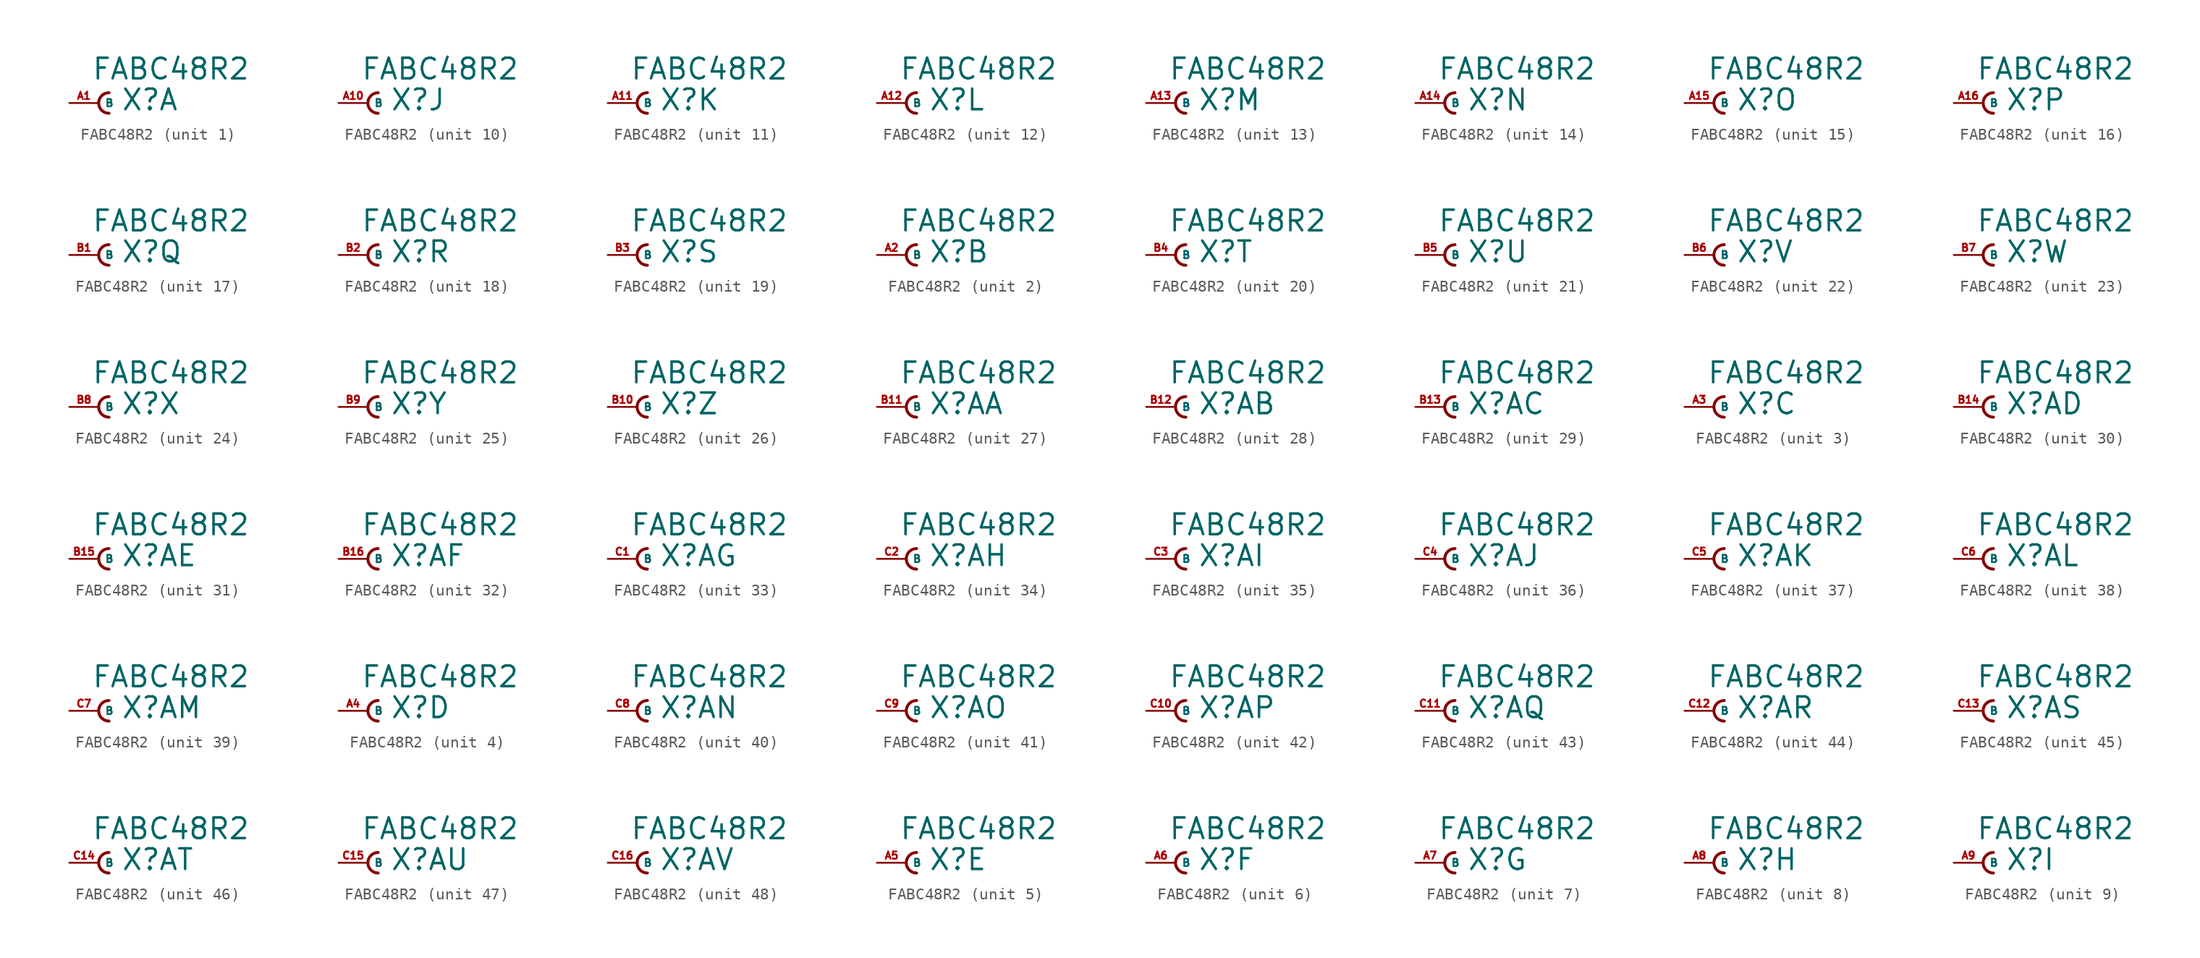
<source format=kicad_sym>
(kicad_symbol_lib
  (version 20220914)
  (generator Eagle2Kicad)
  (symbol "FABC48R2"
    (property "Reference" "X"
      (at 1.905 -0.762 0)
      (effects (font (size 1.778 1.778) (thickness 0.22)) (justify left bottom)))
    (property "Value" "FABC48R2"
      (at -0.635 1.905 0)
      (effects (font (size 1.778 1.778) (thickness 0.22)) (justify left bottom)))
    (symbol "FABC48R2_1_0"
      (arc (start 0.889 0.889) (mid 0.000 0.000) (end 0.889 -0.889) (stroke (width 0.254) (type default)) (fill (type none)))
      (pin passive line (at -2.54 0 0) (length 2.54) (name "B" (effects (font (size 0.635 0.635) (thickness 0.08)) (justify left bottom))) (number "A1" (effects (font (size 0.635 0.635) (thickness 0.08)) (justify left bottom)))))
    (symbol "FABC48R2_2_0"
      (arc (start 0.889 0.889) (mid 0.000 0.000) (end 0.889 -0.889) (stroke (width 0.254) (type default)) (fill (type none)))
      (pin passive line (at -2.54 0 0) (length 2.54) (name "B" (effects (font (size 0.635 0.635) (thickness 0.08)) (justify left bottom))) (number "A2" (effects (font (size 0.635 0.635) (thickness 0.08)) (justify left bottom)))))
    (symbol "FABC48R2_3_0"
      (arc (start 0.889 0.889) (mid 0.000 0.000) (end 0.889 -0.889) (stroke (width 0.254) (type default)) (fill (type none)))
      (pin passive line (at -2.54 0 0) (length 2.54) (name "B" (effects (font (size 0.635 0.635) (thickness 0.08)) (justify left bottom))) (number "A3" (effects (font (size 0.635 0.635) (thickness 0.08)) (justify left bottom)))))
    (symbol "FABC48R2_4_0"
      (arc (start 0.889 0.889) (mid 0.000 0.000) (end 0.889 -0.889) (stroke (width 0.254) (type default)) (fill (type none)))
      (pin passive line (at -2.54 0 0) (length 2.54) (name "B" (effects (font (size 0.635 0.635) (thickness 0.08)) (justify left bottom))) (number "A4" (effects (font (size 0.635 0.635) (thickness 0.08)) (justify left bottom)))))
    (symbol "FABC48R2_5_0"
      (arc (start 0.889 0.889) (mid 0.000 0.000) (end 0.889 -0.889) (stroke (width 0.254) (type default)) (fill (type none)))
      (pin passive line (at -2.54 0 0) (length 2.54) (name "B" (effects (font (size 0.635 0.635) (thickness 0.08)) (justify left bottom))) (number "A5" (effects (font (size 0.635 0.635) (thickness 0.08)) (justify left bottom)))))
    (symbol "FABC48R2_6_0"
      (arc (start 0.889 0.889) (mid 0.000 0.000) (end 0.889 -0.889) (stroke (width 0.254) (type default)) (fill (type none)))
      (pin passive line (at -2.54 0 0) (length 2.54) (name "B" (effects (font (size 0.635 0.635) (thickness 0.08)) (justify left bottom))) (number "A6" (effects (font (size 0.635 0.635) (thickness 0.08)) (justify left bottom)))))
    (symbol "FABC48R2_7_0"
      (arc (start 0.889 0.889) (mid 0.000 0.000) (end 0.889 -0.889) (stroke (width 0.254) (type default)) (fill (type none)))
      (pin passive line (at -2.54 0 0) (length 2.54) (name "B" (effects (font (size 0.635 0.635) (thickness 0.08)) (justify left bottom))) (number "A7" (effects (font (size 0.635 0.635) (thickness 0.08)) (justify left bottom)))))
    (symbol "FABC48R2_8_0"
      (arc (start 0.889 0.889) (mid 0.000 0.000) (end 0.889 -0.889) (stroke (width 0.254) (type default)) (fill (type none)))
      (pin passive line (at -2.54 0 0) (length 2.54) (name "B" (effects (font (size 0.635 0.635) (thickness 0.08)) (justify left bottom))) (number "A8" (effects (font (size 0.635 0.635) (thickness 0.08)) (justify left bottom)))))
    (symbol "FABC48R2_9_0"
      (arc (start 0.889 0.889) (mid 0.000 0.000) (end 0.889 -0.889) (stroke (width 0.254) (type default)) (fill (type none)))
      (pin passive line (at -2.54 0 0) (length 2.54) (name "B" (effects (font (size 0.635 0.635) (thickness 0.08)) (justify left bottom))) (number "A9" (effects (font (size 0.635 0.635) (thickness 0.08)) (justify left bottom)))))
    (symbol "FABC48R2_10_0"
      (arc (start 0.889 0.889) (mid 0.000 0.000) (end 0.889 -0.889) (stroke (width 0.254) (type default)) (fill (type none)))
      (pin passive line (at -2.54 0 0) (length 2.54) (name "B" (effects (font (size 0.635 0.635) (thickness 0.08)) (justify left bottom))) (number "A10" (effects (font (size 0.635 0.635) (thickness 0.08)) (justify left bottom)))))
    (symbol "FABC48R2_11_0"
      (arc (start 0.889 0.889) (mid 0.000 0.000) (end 0.889 -0.889) (stroke (width 0.254) (type default)) (fill (type none)))
      (pin passive line (at -2.54 0 0) (length 2.54) (name "B" (effects (font (size 0.635 0.635) (thickness 0.08)) (justify left bottom))) (number "A11" (effects (font (size 0.635 0.635) (thickness 0.08)) (justify left bottom)))))
    (symbol "FABC48R2_12_0"
      (arc (start 0.889 0.889) (mid 0.000 0.000) (end 0.889 -0.889) (stroke (width 0.254) (type default)) (fill (type none)))
      (pin passive line (at -2.54 0 0) (length 2.54) (name "B" (effects (font (size 0.635 0.635) (thickness 0.08)) (justify left bottom))) (number "A12" (effects (font (size 0.635 0.635) (thickness 0.08)) (justify left bottom)))))
    (symbol "FABC48R2_13_0"
      (arc (start 0.889 0.889) (mid 0.000 0.000) (end 0.889 -0.889) (stroke (width 0.254) (type default)) (fill (type none)))
      (pin passive line (at -2.54 0 0) (length 2.54) (name "B" (effects (font (size 0.635 0.635) (thickness 0.08)) (justify left bottom))) (number "A13" (effects (font (size 0.635 0.635) (thickness 0.08)) (justify left bottom)))))
    (symbol "FABC48R2_14_0"
      (arc (start 0.889 0.889) (mid 0.000 0.000) (end 0.889 -0.889) (stroke (width 0.254) (type default)) (fill (type none)))
      (pin passive line (at -2.54 0 0) (length 2.54) (name "B" (effects (font (size 0.635 0.635) (thickness 0.08)) (justify left bottom))) (number "A14" (effects (font (size 0.635 0.635) (thickness 0.08)) (justify left bottom)))))
    (symbol "FABC48R2_15_0"
      (arc (start 0.889 0.889) (mid 0.000 0.000) (end 0.889 -0.889) (stroke (width 0.254) (type default)) (fill (type none)))
      (pin passive line (at -2.54 0 0) (length 2.54) (name "B" (effects (font (size 0.635 0.635) (thickness 0.08)) (justify left bottom))) (number "A15" (effects (font (size 0.635 0.635) (thickness 0.08)) (justify left bottom)))))
    (symbol "FABC48R2_16_0"
      (arc (start 0.889 0.889) (mid 0.000 0.000) (end 0.889 -0.889) (stroke (width 0.254) (type default)) (fill (type none)))
      (pin passive line (at -2.54 0 0) (length 2.54) (name "B" (effects (font (size 0.635 0.635) (thickness 0.08)) (justify left bottom))) (number "A16" (effects (font (size 0.635 0.635) (thickness 0.08)) (justify left bottom)))))
    (symbol "FABC48R2_17_0"
      (arc (start 0.889 0.889) (mid 0.000 0.000) (end 0.889 -0.889) (stroke (width 0.254) (type default)) (fill (type none)))
      (pin passive line (at -2.54 0 0) (length 2.54) (name "B" (effects (font (size 0.635 0.635) (thickness 0.08)) (justify left bottom))) (number "B1" (effects (font (size 0.635 0.635) (thickness 0.08)) (justify left bottom)))))
    (symbol "FABC48R2_18_0"
      (arc (start 0.889 0.889) (mid 0.000 0.000) (end 0.889 -0.889) (stroke (width 0.254) (type default)) (fill (type none)))
      (pin passive line (at -2.54 0 0) (length 2.54) (name "B" (effects (font (size 0.635 0.635) (thickness 0.08)) (justify left bottom))) (number "B2" (effects (font (size 0.635 0.635) (thickness 0.08)) (justify left bottom)))))
    (symbol "FABC48R2_19_0"
      (arc (start 0.889 0.889) (mid 0.000 0.000) (end 0.889 -0.889) (stroke (width 0.254) (type default)) (fill (type none)))
      (pin passive line (at -2.54 0 0) (length 2.54) (name "B" (effects (font (size 0.635 0.635) (thickness 0.08)) (justify left bottom))) (number "B3" (effects (font (size 0.635 0.635) (thickness 0.08)) (justify left bottom)))))
    (symbol "FABC48R2_20_0"
      (arc (start 0.889 0.889) (mid 0.000 0.000) (end 0.889 -0.889) (stroke (width 0.254) (type default)) (fill (type none)))
      (pin passive line (at -2.54 0 0) (length 2.54) (name "B" (effects (font (size 0.635 0.635) (thickness 0.08)) (justify left bottom))) (number "B4" (effects (font (size 0.635 0.635) (thickness 0.08)) (justify left bottom)))))
    (symbol "FABC48R2_21_0"
      (arc (start 0.889 0.889) (mid 0.000 0.000) (end 0.889 -0.889) (stroke (width 0.254) (type default)) (fill (type none)))
      (pin passive line (at -2.54 0 0) (length 2.54) (name "B" (effects (font (size 0.635 0.635) (thickness 0.08)) (justify left bottom))) (number "B5" (effects (font (size 0.635 0.635) (thickness 0.08)) (justify left bottom)))))
    (symbol "FABC48R2_22_0"
      (arc (start 0.889 0.889) (mid 0.000 0.000) (end 0.889 -0.889) (stroke (width 0.254) (type default)) (fill (type none)))
      (pin passive line (at -2.54 0 0) (length 2.54) (name "B" (effects (font (size 0.635 0.635) (thickness 0.08)) (justify left bottom))) (number "B6" (effects (font (size 0.635 0.635) (thickness 0.08)) (justify left bottom)))))
    (symbol "FABC48R2_23_0"
      (arc (start 0.889 0.889) (mid 0.000 0.000) (end 0.889 -0.889) (stroke (width 0.254) (type default)) (fill (type none)))
      (pin passive line (at -2.54 0 0) (length 2.54) (name "B" (effects (font (size 0.635 0.635) (thickness 0.08)) (justify left bottom))) (number "B7" (effects (font (size 0.635 0.635) (thickness 0.08)) (justify left bottom)))))
    (symbol "FABC48R2_24_0"
      (arc (start 0.889 0.889) (mid 0.000 0.000) (end 0.889 -0.889) (stroke (width 0.254) (type default)) (fill (type none)))
      (pin passive line (at -2.54 0 0) (length 2.54) (name "B" (effects (font (size 0.635 0.635) (thickness 0.08)) (justify left bottom))) (number "B8" (effects (font (size 0.635 0.635) (thickness 0.08)) (justify left bottom)))))
    (symbol "FABC48R2_25_0"
      (arc (start 0.889 0.889) (mid 0.000 0.000) (end 0.889 -0.889) (stroke (width 0.254) (type default)) (fill (type none)))
      (pin passive line (at -2.54 0 0) (length 2.54) (name "B" (effects (font (size 0.635 0.635) (thickness 0.08)) (justify left bottom))) (number "B9" (effects (font (size 0.635 0.635) (thickness 0.08)) (justify left bottom)))))
    (symbol "FABC48R2_26_0"
      (arc (start 0.889 0.889) (mid 0.000 0.000) (end 0.889 -0.889) (stroke (width 0.254) (type default)) (fill (type none)))
      (pin passive line (at -2.54 0 0) (length 2.54) (name "B" (effects (font (size 0.635 0.635) (thickness 0.08)) (justify left bottom))) (number "B10" (effects (font (size 0.635 0.635) (thickness 0.08)) (justify left bottom)))))
    (symbol "FABC48R2_27_0"
      (arc (start 0.889 0.889) (mid 0.000 0.000) (end 0.889 -0.889) (stroke (width 0.254) (type default)) (fill (type none)))
      (pin passive line (at -2.54 0 0) (length 2.54) (name "B" (effects (font (size 0.635 0.635) (thickness 0.08)) (justify left bottom))) (number "B11" (effects (font (size 0.635 0.635) (thickness 0.08)) (justify left bottom)))))
    (symbol "FABC48R2_28_0"
      (arc (start 0.889 0.889) (mid 0.000 0.000) (end 0.889 -0.889) (stroke (width 0.254) (type default)) (fill (type none)))
      (pin passive line (at -2.54 0 0) (length 2.54) (name "B" (effects (font (size 0.635 0.635) (thickness 0.08)) (justify left bottom))) (number "B12" (effects (font (size 0.635 0.635) (thickness 0.08)) (justify left bottom)))))
    (symbol "FABC48R2_29_0"
      (arc (start 0.889 0.889) (mid 0.000 0.000) (end 0.889 -0.889) (stroke (width 0.254) (type default)) (fill (type none)))
      (pin passive line (at -2.54 0 0) (length 2.54) (name "B" (effects (font (size 0.635 0.635) (thickness 0.08)) (justify left bottom))) (number "B13" (effects (font (size 0.635 0.635) (thickness 0.08)) (justify left bottom)))))
    (symbol "FABC48R2_30_0"
      (arc (start 0.889 0.889) (mid 0.000 0.000) (end 0.889 -0.889) (stroke (width 0.254) (type default)) (fill (type none)))
      (pin passive line (at -2.54 0 0) (length 2.54) (name "B" (effects (font (size 0.635 0.635) (thickness 0.08)) (justify left bottom))) (number "B14" (effects (font (size 0.635 0.635) (thickness 0.08)) (justify left bottom)))))
    (symbol "FABC48R2_31_0"
      (arc (start 0.889 0.889) (mid 0.000 0.000) (end 0.889 -0.889) (stroke (width 0.254) (type default)) (fill (type none)))
      (pin passive line (at -2.54 0 0) (length 2.54) (name "B" (effects (font (size 0.635 0.635) (thickness 0.08)) (justify left bottom))) (number "B15" (effects (font (size 0.635 0.635) (thickness 0.08)) (justify left bottom)))))
    (symbol "FABC48R2_32_0"
      (arc (start 0.889 0.889) (mid 0.000 0.000) (end 0.889 -0.889) (stroke (width 0.254) (type default)) (fill (type none)))
      (pin passive line (at -2.54 0 0) (length 2.54) (name "B" (effects (font (size 0.635 0.635) (thickness 0.08)) (justify left bottom))) (number "B16" (effects (font (size 0.635 0.635) (thickness 0.08)) (justify left bottom)))))
    (symbol "FABC48R2_33_0"
      (arc (start 0.889 0.889) (mid 0.000 0.000) (end 0.889 -0.889) (stroke (width 0.254) (type default)) (fill (type none)))
      (pin passive line (at -2.54 0 0) (length 2.54) (name "B" (effects (font (size 0.635 0.635) (thickness 0.08)) (justify left bottom))) (number "C1" (effects (font (size 0.635 0.635) (thickness 0.08)) (justify left bottom)))))
    (symbol "FABC48R2_34_0"
      (arc (start 0.889 0.889) (mid 0.000 0.000) (end 0.889 -0.889) (stroke (width 0.254) (type default)) (fill (type none)))
      (pin passive line (at -2.54 0 0) (length 2.54) (name "B" (effects (font (size 0.635 0.635) (thickness 0.08)) (justify left bottom))) (number "C2" (effects (font (size 0.635 0.635) (thickness 0.08)) (justify left bottom)))))
    (symbol "FABC48R2_35_0"
      (arc (start 0.889 0.889) (mid 0.000 0.000) (end 0.889 -0.889) (stroke (width 0.254) (type default)) (fill (type none)))
      (pin passive line (at -2.54 0 0) (length 2.54) (name "B" (effects (font (size 0.635 0.635) (thickness 0.08)) (justify left bottom))) (number "C3" (effects (font (size 0.635 0.635) (thickness 0.08)) (justify left bottom)))))
    (symbol "FABC48R2_36_0"
      (arc (start 0.889 0.889) (mid 0.000 0.000) (end 0.889 -0.889) (stroke (width 0.254) (type default)) (fill (type none)))
      (pin passive line (at -2.54 0 0) (length 2.54) (name "B" (effects (font (size 0.635 0.635) (thickness 0.08)) (justify left bottom))) (number "C4" (effects (font (size 0.635 0.635) (thickness 0.08)) (justify left bottom)))))
    (symbol "FABC48R2_37_0"
      (arc (start 0.889 0.889) (mid 0.000 0.000) (end 0.889 -0.889) (stroke (width 0.254) (type default)) (fill (type none)))
      (pin passive line (at -2.54 0 0) (length 2.54) (name "B" (effects (font (size 0.635 0.635) (thickness 0.08)) (justify left bottom))) (number "C5" (effects (font (size 0.635 0.635) (thickness 0.08)) (justify left bottom)))))
    (symbol "FABC48R2_38_0"
      (arc (start 0.889 0.889) (mid 0.000 0.000) (end 0.889 -0.889) (stroke (width 0.254) (type default)) (fill (type none)))
      (pin passive line (at -2.54 0 0) (length 2.54) (name "B" (effects (font (size 0.635 0.635) (thickness 0.08)) (justify left bottom))) (number "C6" (effects (font (size 0.635 0.635) (thickness 0.08)) (justify left bottom)))))
    (symbol "FABC48R2_39_0"
      (arc (start 0.889 0.889) (mid 0.000 0.000) (end 0.889 -0.889) (stroke (width 0.254) (type default)) (fill (type none)))
      (pin passive line (at -2.54 0 0) (length 2.54) (name "B" (effects (font (size 0.635 0.635) (thickness 0.08)) (justify left bottom))) (number "C7" (effects (font (size 0.635 0.635) (thickness 0.08)) (justify left bottom)))))
    (symbol "FABC48R2_40_0"
      (arc (start 0.889 0.889) (mid 0.000 0.000) (end 0.889 -0.889) (stroke (width 0.254) (type default)) (fill (type none)))
      (pin passive line (at -2.54 0 0) (length 2.54) (name "B" (effects (font (size 0.635 0.635) (thickness 0.08)) (justify left bottom))) (number "C8" (effects (font (size 0.635 0.635) (thickness 0.08)) (justify left bottom)))))
    (symbol "FABC48R2_41_0"
      (arc (start 0.889 0.889) (mid 0.000 0.000) (end 0.889 -0.889) (stroke (width 0.254) (type default)) (fill (type none)))
      (pin passive line (at -2.54 0 0) (length 2.54) (name "B" (effects (font (size 0.635 0.635) (thickness 0.08)) (justify left bottom))) (number "C9" (effects (font (size 0.635 0.635) (thickness 0.08)) (justify left bottom)))))
    (symbol "FABC48R2_42_0"
      (arc (start 0.889 0.889) (mid 0.000 0.000) (end 0.889 -0.889) (stroke (width 0.254) (type default)) (fill (type none)))
      (pin passive line (at -2.54 0 0) (length 2.54) (name "B" (effects (font (size 0.635 0.635) (thickness 0.08)) (justify left bottom))) (number "C10" (effects (font (size 0.635 0.635) (thickness 0.08)) (justify left bottom)))))
    (symbol "FABC48R2_43_0"
      (arc (start 0.889 0.889) (mid 0.000 0.000) (end 0.889 -0.889) (stroke (width 0.254) (type default)) (fill (type none)))
      (pin passive line (at -2.54 0 0) (length 2.54) (name "B" (effects (font (size 0.635 0.635) (thickness 0.08)) (justify left bottom))) (number "C11" (effects (font (size 0.635 0.635) (thickness 0.08)) (justify left bottom)))))
    (symbol "FABC48R2_44_0"
      (arc (start 0.889 0.889) (mid 0.000 0.000) (end 0.889 -0.889) (stroke (width 0.254) (type default)) (fill (type none)))
      (pin passive line (at -2.54 0 0) (length 2.54) (name "B" (effects (font (size 0.635 0.635) (thickness 0.08)) (justify left bottom))) (number "C12" (effects (font (size 0.635 0.635) (thickness 0.08)) (justify left bottom)))))
    (symbol "FABC48R2_45_0"
      (arc (start 0.889 0.889) (mid 0.000 0.000) (end 0.889 -0.889) (stroke (width 0.254) (type default)) (fill (type none)))
      (pin passive line (at -2.54 0 0) (length 2.54) (name "B" (effects (font (size 0.635 0.635) (thickness 0.08)) (justify left bottom))) (number "C13" (effects (font (size 0.635 0.635) (thickness 0.08)) (justify left bottom)))))
    (symbol "FABC48R2_46_0"
      (arc (start 0.889 0.889) (mid 0.000 0.000) (end 0.889 -0.889) (stroke (width 0.254) (type default)) (fill (type none)))
      (pin passive line (at -2.54 0 0) (length 2.54) (name "B" (effects (font (size 0.635 0.635) (thickness 0.08)) (justify left bottom))) (number "C14" (effects (font (size 0.635 0.635) (thickness 0.08)) (justify left bottom)))))
    (symbol "FABC48R2_47_0"
      (arc (start 0.889 0.889) (mid 0.000 0.000) (end 0.889 -0.889) (stroke (width 0.254) (type default)) (fill (type none)))
      (pin passive line (at -2.54 0 0) (length 2.54) (name "B" (effects (font (size 0.635 0.635) (thickness 0.08)) (justify left bottom))) (number "C15" (effects (font (size 0.635 0.635) (thickness 0.08)) (justify left bottom)))))
    (symbol "FABC48R2_48_0"
      (arc (start 0.889 0.889) (mid 0.000 0.000) (end 0.889 -0.889) (stroke (width 0.254) (type default)) (fill (type none)))
      (pin passive line (at -2.54 0 0) (length 2.54) (name "B" (effects (font (size 0.635 0.635) (thickness 0.08)) (justify left bottom))) (number "C16" (effects (font (size 0.635 0.635) (thickness 0.08)) (justify left bottom)))))))
</source>
